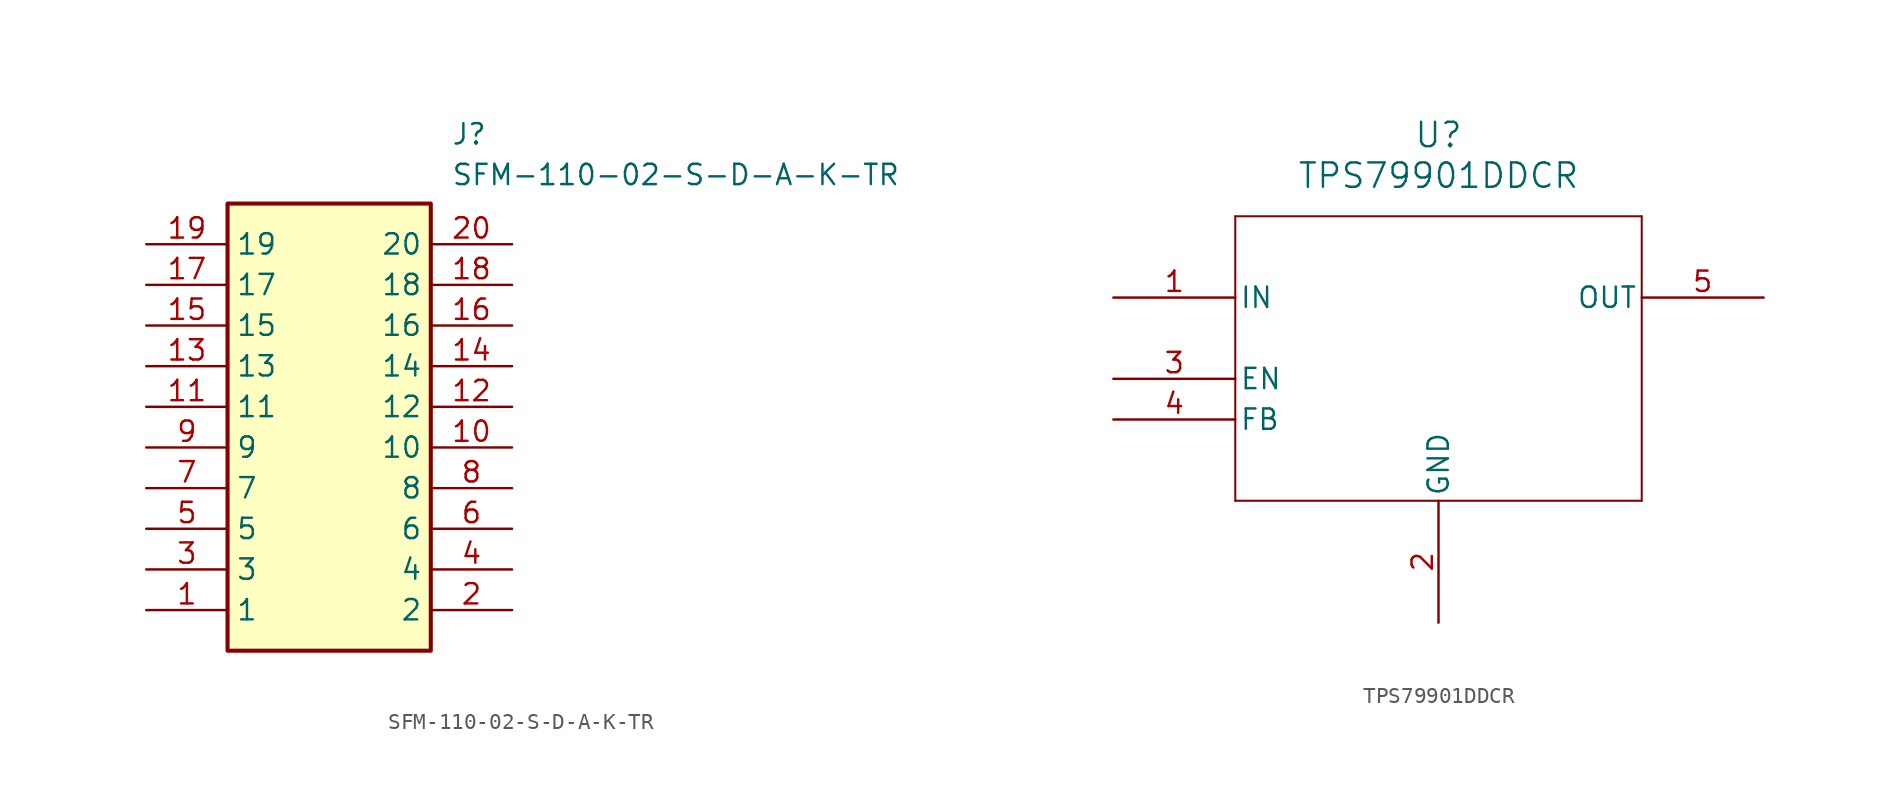
<source format=kicad_sym>
(kicad_symbol_lib
  (version 20241209)
  (generator "kicad_symbol_editor")
  (generator_version "9.0")
  (symbol "SFM-110-02-S-D-A-K-TR"
    (property "Reference" "J"
      (at 19.05 7.62 0)
      (effects (font (size 1.27 1.27)) (justify left top)))
    (property "Value" "SFM-110-02-S-D-A-K-TR"
      (at 19.05 5.08 0)
      (effects (font (size 1.27 1.27)) (justify left top)))
    (symbol "SFM-110-02-S-D-A-K-TR_1_1"
      (rectangle (start 5.08 2.54) (end 17.78 -25.4) (stroke (width 0.254) (type default)) (fill (type background)))
      (pin passive line (at 0 0 0) (length 5.08) (name "19" (effects (font (size 1.27 1.27)))) (number "19" (effects (font (size 1.27 1.27)))))
      (pin passive line (at 0 -2.54 0) (length 5.08) (name "17" (effects (font (size 1.27 1.27)))) (number "17" (effects (font (size 1.27 1.27)))))
      (pin passive line (at 0 -5.08 0) (length 5.08) (name "15" (effects (font (size 1.27 1.27)))) (number "15" (effects (font (size 1.27 1.27)))))
      (pin passive line (at 0 -7.62 0) (length 5.08) (name "13" (effects (font (size 1.27 1.27)))) (number "13" (effects (font (size 1.27 1.27)))))
      (pin passive line (at 0 -10.16 0) (length 5.08) (name "11" (effects (font (size 1.27 1.27)))) (number "11" (effects (font (size 1.27 1.27)))))
      (pin passive line (at 0 -12.7 0) (length 5.08) (name "9" (effects (font (size 1.27 1.27)))) (number "9" (effects (font (size 1.27 1.27)))))
      (pin passive line (at 0 -15.24 0) (length 5.08) (name "7" (effects (font (size 1.27 1.27)))) (number "7" (effects (font (size 1.27 1.27)))))
      (pin passive line (at 0 -17.78 0) (length 5.08) (name "5" (effects (font (size 1.27 1.27)))) (number "5" (effects (font (size 1.27 1.27)))))
      (pin passive line (at 0 -20.32 0) (length 5.08) (name "3" (effects (font (size 1.27 1.27)))) (number "3" (effects (font (size 1.27 1.27)))))
      (pin passive line (at 0 -22.86 0) (length 5.08) (name "1" (effects (font (size 1.27 1.27)))) (number "1" (effects (font (size 1.27 1.27)))))
      (pin passive line (at 22.86 0 180) (length 5.08) (name "20" (effects (font (size 1.27 1.27)))) (number "20" (effects (font (size 1.27 1.27)))))
      (pin passive line (at 22.86 -2.54 180) (length 5.08) (name "18" (effects (font (size 1.27 1.27)))) (number "18" (effects (font (size 1.27 1.27)))))
      (pin passive line (at 22.86 -5.08 180) (length 5.08) (name "16" (effects (font (size 1.27 1.27)))) (number "16" (effects (font (size 1.27 1.27)))))
      (pin passive line (at 22.86 -7.62 180) (length 5.08) (name "14" (effects (font (size 1.27 1.27)))) (number "14" (effects (font (size 1.27 1.27)))))
      (pin passive line (at 22.86 -10.16 180) (length 5.08) (name "12" (effects (font (size 1.27 1.27)))) (number "12" (effects (font (size 1.27 1.27)))))
      (pin passive line (at 22.86 -12.7 180) (length 5.08) (name "10" (effects (font (size 1.27 1.27)))) (number "10" (effects (font (size 1.27 1.27)))))
      (pin passive line (at 22.86 -15.24 180) (length 5.08) (name "8" (effects (font (size 1.27 1.27)))) (number "8" (effects (font (size 1.27 1.27)))))
      (pin passive line (at 22.86 -17.78 180) (length 5.08) (name "6" (effects (font (size 1.27 1.27)))) (number "6" (effects (font (size 1.27 1.27)))))
      (pin passive line (at 22.86 -20.32 180) (length 5.08) (name "4" (effects (font (size 1.27 1.27)))) (number "4" (effects (font (size 1.27 1.27)))))
      (pin passive line (at 22.86 -22.86 180) (length 5.08) (name "2" (effects (font (size 1.27 1.27)))) (number "2" (effects (font (size 1.27 1.27)))))))
  (symbol "TPS79901DDCR"
    (pin_names
      (offset 0.254))
    (property "Reference" "U"
      (at 20.32 10.16 0)
      (effects (font (size 1.524 1.524))))
    (property "Value" "TPS79901DDCR"
      (at 20.32 7.62 0)
      (effects (font (size 1.524 1.524))))
    (property "ki_locked" ""
      (at 0 0 0)
      (effects (font (size 1.27 1.27))))
    (symbol "TPS79901DDCR_0_1"
      (polyline (pts (xy 7.62 5.08) (xy 7.62 -12.7)) (stroke (width 0.127) (type default)) (fill (type none)))
      (polyline (pts (xy 7.62 -12.7) (xy 33.02 -12.7)) (stroke (width 0.127) (type default)) (fill (type none)))
      (polyline (pts (xy 33.02 5.08) (xy 7.62 5.08)) (stroke (width 0.127) (type default)) (fill (type none)))
      (polyline (pts (xy 33.02 -12.7) (xy 33.02 5.08)) (stroke (width 0.127) (type default)) (fill (type none)))
      (pin input line (at 0 0 0) (length 7.62) (name "IN" (effects (font (size 1.27 1.27)))) (number "1" (effects (font (size 1.27 1.27)))))
      (pin unspecified line (at 0 -5.08 0) (length 7.62) (name "EN" (effects (font (size 1.27 1.27)))) (number "3" (effects (font (size 1.27 1.27)))))
      (pin unspecified line (at 0 -7.62 0) (length 7.62) (name "FB" (effects (font (size 1.27 1.27)))) (number "4" (effects (font (size 1.27 1.27)))))
      (pin power_in line (at 20.32 -20.32 90) (length 7.62) (name "GND" (effects (font (size 1.27 1.27)))) (number "2" (effects (font (size 1.27 1.27)))))
      (pin output line (at 40.64 0 180) (length 7.62) (name "OUT" (effects (font (size 1.27 1.27)))) (number "5" (effects (font (size 1.27 1.27))))))))
</source>
